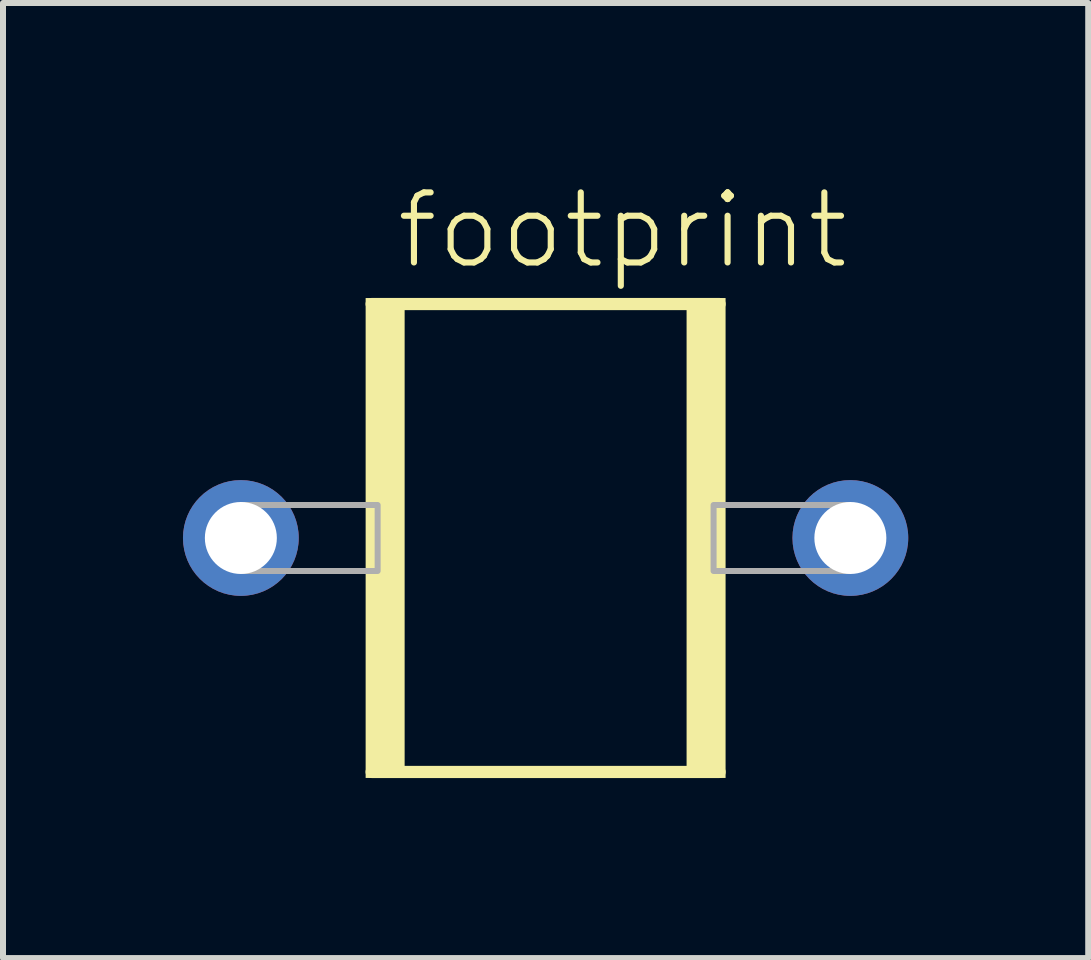
<source format=kicad_pcb>
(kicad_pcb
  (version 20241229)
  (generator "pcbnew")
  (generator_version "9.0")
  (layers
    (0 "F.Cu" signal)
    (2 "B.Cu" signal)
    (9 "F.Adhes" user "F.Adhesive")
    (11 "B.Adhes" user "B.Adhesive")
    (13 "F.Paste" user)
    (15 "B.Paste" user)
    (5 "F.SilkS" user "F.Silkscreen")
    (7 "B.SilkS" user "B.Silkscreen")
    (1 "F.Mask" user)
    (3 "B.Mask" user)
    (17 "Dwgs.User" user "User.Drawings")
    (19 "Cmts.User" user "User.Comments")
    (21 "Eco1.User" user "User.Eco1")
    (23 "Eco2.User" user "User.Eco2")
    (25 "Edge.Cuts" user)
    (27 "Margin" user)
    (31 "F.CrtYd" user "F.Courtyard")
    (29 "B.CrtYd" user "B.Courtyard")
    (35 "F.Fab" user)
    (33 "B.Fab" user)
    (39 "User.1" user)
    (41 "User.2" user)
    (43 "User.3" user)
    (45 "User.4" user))
  (footprint "footprint"
    (layer "F.Cu")
    (at 6.045 5.918)
    (property "Reference" "footprint" (at -2.54 -4.445 0) (layer "F.SilkS") (effects (font (size 1.168 1.168) (thickness 0.102)) (justify left bottom)))
    (fp_line (start -2.9 -3.9) (end 2.9 -3.9) (stroke (width 0.203) (type solid)) (layer "F.SilkS"))
    (fp_line (start 2.9 3.9) (end -2.9 3.9) (stroke (width 0.203) (type solid)) (layer "F.SilkS"))
    (fp_poly (pts (xy -3 4) (xy -2.35 4) (xy -2.35 -4) (xy -3 -4)) (stroke (width 0) (type solid)) (fill yes) (layer "F.SilkS"))
    (fp_poly (pts (xy 2.35 4) (xy 3 4) (xy 3 -4) (xy 2.35 -4)) (stroke (width 0) (type solid)) (fill yes) (layer "F.SilkS"))
    (fp_circle (center -5.05 0) (end -4.775 0) (stroke (width 0.55) (type solid)) (fill no) (layer "F.Fab"))
    (fp_circle (center 5.05 0) (end 5.325 0) (stroke (width 0.55) (type solid)) (fill no) (layer "F.Fab"))
    (fp_poly (pts (xy -5.05 0.55) (xy -2.8 0.55) (xy -2.8 -0.55) (xy -5.05 -0.55)) (stroke (width 0.1) (type solid)) (fill no) (layer "F.Fab"))
    (fp_poly (pts (xy 5.05 -0.55) (xy 2.8 -0.55) (xy 2.8 0.55) (xy 5.05 0.55)) (stroke (width 0.1) (type solid)) (fill no) (layer "F.Fab"))
    (pad "1" thru_hole circle (at -5.08 0) (size 1.93 1.93) (drill 1.2) (layers "*.Cu" "*.Mask"))
    (pad "2" thru_hole circle (at 5.08 0) (size 1.93 1.93) (drill 1.2) (layers "*.Cu" "*.Mask")))
  (gr_rect
    (start -3 -3)
    (end 15.09 12.92)
    (stroke (width 0.1) (type default))
    (fill no)
    (layer "Edge.Cuts")))
</source>
